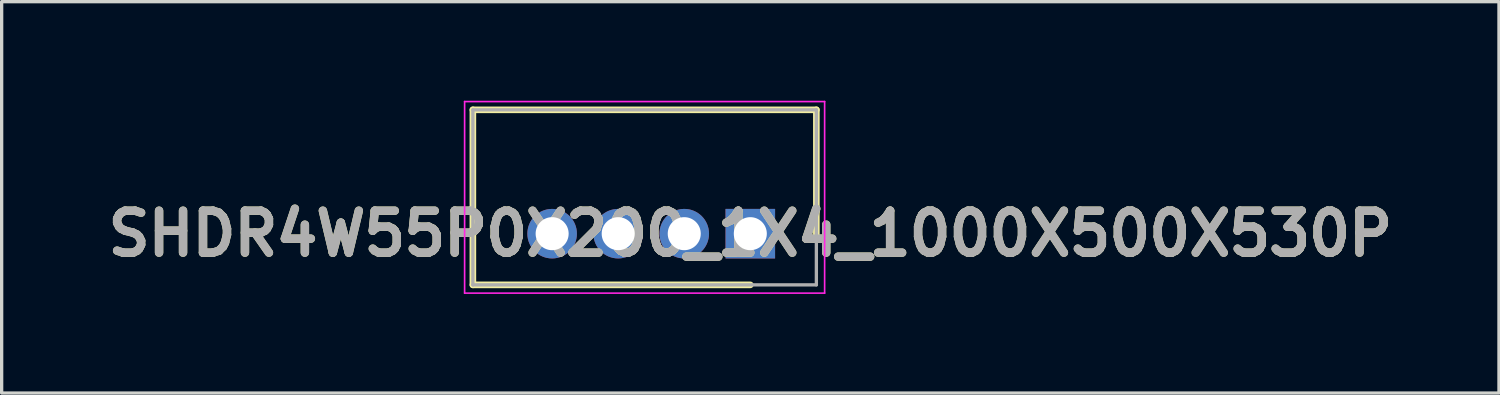
<source format=kicad_pcb>
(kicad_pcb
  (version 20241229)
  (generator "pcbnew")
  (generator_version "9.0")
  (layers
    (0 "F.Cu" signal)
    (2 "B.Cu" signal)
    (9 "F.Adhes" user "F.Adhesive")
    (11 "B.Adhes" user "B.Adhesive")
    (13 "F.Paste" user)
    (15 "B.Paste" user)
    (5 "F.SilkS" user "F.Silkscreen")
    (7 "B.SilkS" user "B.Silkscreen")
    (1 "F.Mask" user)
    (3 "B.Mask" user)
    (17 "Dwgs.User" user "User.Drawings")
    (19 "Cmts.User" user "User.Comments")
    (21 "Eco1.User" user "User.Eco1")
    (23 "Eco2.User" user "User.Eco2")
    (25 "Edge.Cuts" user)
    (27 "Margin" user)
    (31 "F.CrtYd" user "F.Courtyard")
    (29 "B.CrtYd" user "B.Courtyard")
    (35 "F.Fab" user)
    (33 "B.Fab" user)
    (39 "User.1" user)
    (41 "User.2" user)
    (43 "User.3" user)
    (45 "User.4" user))
  (footprint "SHDR4W55P0X200_1X4_1000X500X530P"
    (layer "F.Cu")
    (at 19.667 4.025)
    (property "Reference" "SHDR4W55P0X200_1X4_1000X500X530P" (at 0 0 0) (layer "F.SilkS") (effects (font (size 1.27 1.27) (thickness 0.254))))
    (attr through_hole)
    (fp_line (start -8.4 -3.75) (end 2 -3.75) (stroke (width 0.2) (type solid)) (layer "F.SilkS"))
    (fp_line (start -8.4 1.55) (end -8.4 -3.75) (stroke (width 0.2) (type solid)) (layer "F.SilkS"))
    (fp_line (start 0 1.55) (end -8.4 1.55) (stroke (width 0.2) (type solid)) (layer "F.SilkS"))
    (fp_line (start 2 -3.75) (end 2 0) (stroke (width 0.2) (type solid)) (layer "F.SilkS"))
    (fp_line (start -8.65 -4) (end 2.25 -4) (stroke (width 0.05) (type solid)) (layer "F.CrtYd"))
    (fp_line (start -8.65 1.8) (end -8.65 -4) (stroke (width 0.05) (type solid)) (layer "F.CrtYd"))
    (fp_line (start 2.25 -4) (end 2.25 1.8) (stroke (width 0.05) (type solid)) (layer "F.CrtYd"))
    (fp_line (start 2.25 1.8) (end -8.65 1.8) (stroke (width 0.05) (type solid)) (layer "F.CrtYd"))
    (fp_line (start -8.4 -3.75) (end 2 -3.75) (stroke (width 0.1) (type solid)) (layer "F.Fab"))
    (fp_line (start -8.4 1.55) (end -8.4 -3.75) (stroke (width 0.1) (type solid)) (layer "F.Fab"))
    (fp_line (start 2 -3.75) (end 2 1.55) (stroke (width 0.1) (type solid)) (layer "F.Fab"))
    (fp_line (start 2 1.55) (end -8.4 1.55) (stroke (width 0.1) (type solid)) (layer "F.Fab"))
    (fp_text user "${REFERENCE}" (at 0 0 0) (layer "F.Fab") (effects (font (size 1.27 1.27) (thickness 0.254))))
    (pad "1" thru_hole rect (at 0 0) (size 1.5 1.5) (drill 1) (layers "*.Cu" "*.Mask"))
    (pad "2" thru_hole circle (at -2 0) (size 1.5 1.5) (drill 1) (layers "*.Cu" "*.Mask"))
    (pad "3" thru_hole circle (at -4 0) (size 1.5 1.5) (drill 1) (layers "*.Cu" "*.Mask"))
    (pad "4" thru_hole circle (at -6 0) (size 1.5 1.5) (drill 1) (layers "*.Cu" "*.Mask")))
  (gr_rect
    (start -3 -3)
    (end 42.334 8.85)
    (stroke (width 0.1) (type default))
    (fill no)
    (layer "Edge.Cuts")))
</source>
